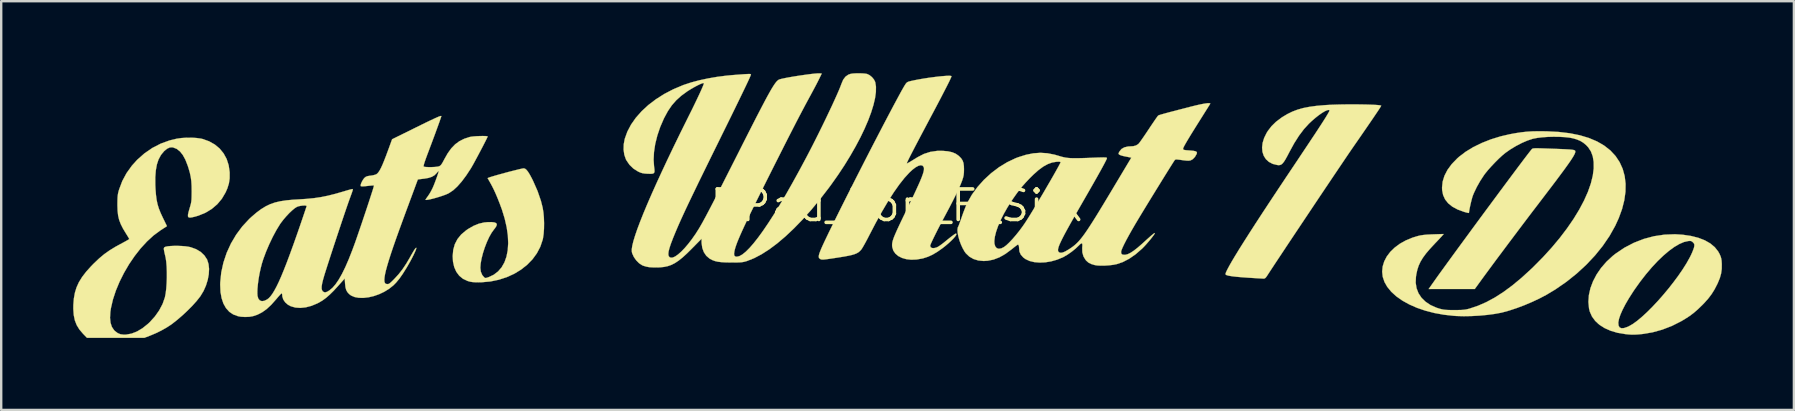
<source format=kicad_pcb>
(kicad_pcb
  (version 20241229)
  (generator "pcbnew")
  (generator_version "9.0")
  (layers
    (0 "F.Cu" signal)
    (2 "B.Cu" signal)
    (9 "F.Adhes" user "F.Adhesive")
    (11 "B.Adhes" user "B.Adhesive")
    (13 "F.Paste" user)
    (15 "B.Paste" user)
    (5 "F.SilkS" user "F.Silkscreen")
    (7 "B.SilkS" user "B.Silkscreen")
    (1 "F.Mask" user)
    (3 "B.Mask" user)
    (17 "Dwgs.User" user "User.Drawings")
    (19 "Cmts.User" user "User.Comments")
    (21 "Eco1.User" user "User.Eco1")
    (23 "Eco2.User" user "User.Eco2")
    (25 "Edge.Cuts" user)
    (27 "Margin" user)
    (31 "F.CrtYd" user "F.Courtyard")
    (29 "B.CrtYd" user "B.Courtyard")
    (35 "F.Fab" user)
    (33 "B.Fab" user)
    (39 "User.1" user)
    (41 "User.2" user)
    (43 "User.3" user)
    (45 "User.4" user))
  (footprint "PPad_Top_F_Silk"
    (layer "F.Cu")
    (at 34.341 5.515)
    (property "Reference" "PPad_Top_F_Silk" (at 0 0 0) (layer "F.SilkS") (effects (font (size 1.27 1.27) (thickness 0.15))))
    (attr through_hole)
    (fp_poly (pts (xy 26.702 -2.386) (xy 26.824 -2.383) (xy 26.983 -2.378) (xy 27.184 -2.371) (xy 27.297 -2.367) (xy 27.542 -2.358) (xy 27.74 -2.35) (xy 27.897 -2.342) (xy 28.018 -2.335) (xy 28.108 -2.327) (xy 28.171 -2.318) (xy 28.213 -2.307) (xy 28.238 -2.295) (xy 28.251 -2.281) (xy 28.253 -2.275) (xy 28.258 -2.248) (xy 28.252 -2.211) (xy 28.234 -2.162) (xy 28.203 -2.099) (xy 28.157 -2.02) (xy 28.095 -1.922) (xy 28.014 -1.803) (xy 27.914 -1.661) (xy 27.793 -1.494) (xy 27.649 -1.299) (xy 27.481 -1.074) (xy 27.287 -0.817) (xy 27.065 -0.526) (xy 26.815 -0.198) (xy 26.674 -0.013) (xy 26.504 0.209) (xy 26.315 0.458) (xy 26.112 0.726) (xy 25.899 1.008) (xy 25.682 1.297) (xy 25.463 1.588) (xy 25.248 1.876) (xy 25.041 2.152) (xy 24.847 2.413) (xy 24.671 2.652) (xy 24.516 2.862) (xy 24.387 3.038) (xy 24.384 3.042) (xy 24.067 3.479) (xy 23.106 3.479) (xy 22.145 3.48) (xy 22.292 3.27) (xy 22.387 3.136) (xy 22.504 2.971) (xy 22.642 2.779) (xy 22.799 2.563) (xy 22.972 2.325) (xy 23.158 2.069) (xy 23.357 1.797) (xy 23.565 1.513) (xy 23.781 1.219) (xy 24.001 0.919) (xy 24.225 0.615) (xy 24.449 0.311) (xy 24.673 0.009) (xy 24.892 -0.287) (xy 25.106 -0.576) (xy 25.312 -0.853) (xy 25.507 -1.115) (xy 25.691 -1.361) (xy 25.859 -1.586) (xy 26.011 -1.788) (xy 26.144 -1.964) (xy 26.256 -2.111) (xy 26.345 -2.226) (xy 26.408 -2.306) (xy 26.443 -2.347) (xy 26.443 -2.348) (xy 26.458 -2.361) (xy 26.476 -2.372) (xy 26.505 -2.379) (xy 26.548 -2.384) (xy 26.612 -2.386) (xy 26.702 -2.386)) (stroke (width 0.01) (type solid)) (fill yes) (layer "F.SilkS"))
    (fp_poly (pts (xy -15.51 -1.535) (xy -15.453 -1.49) (xy -15.389 -1.411) (xy -15.315 -1.293) (xy -15.229 -1.133) (xy -15.177 -1.029) (xy -14.99 -0.605) (xy -14.849 -0.195) (xy -14.778 0.085) (xy -14.746 0.278) (xy -14.726 0.498) (xy -14.718 0.731) (xy -14.721 0.963) (xy -14.736 1.18) (xy -14.763 1.367) (xy -14.777 1.428) (xy -14.875 1.719) (xy -15.018 1.99) (xy -15.201 2.241) (xy -15.422 2.468) (xy -15.676 2.669) (xy -15.959 2.842) (xy -16.268 2.983) (xy -16.6 3.091) (xy -16.95 3.164) (xy -17.314 3.197) (xy -17.447 3.2) (xy -17.594 3.197) (xy -17.707 3.189) (xy -17.801 3.173) (xy -17.891 3.148) (xy -17.909 3.142) (xy -18.097 3.053) (xy -18.252 2.926) (xy -18.374 2.763) (xy -18.462 2.566) (xy -18.513 2.339) (xy -18.526 2.108) (xy -18.503 1.847) (xy -18.437 1.611) (xy -18.327 1.399) (xy -18.172 1.208) (xy -17.97 1.037) (xy -17.885 0.978) (xy -17.655 0.846) (xy -17.436 0.757) (xy -17.216 0.706) (xy -17.069 0.692) (xy -16.904 0.69) (xy -16.786 0.704) (xy -16.714 0.734) (xy -16.687 0.782) (xy -16.703 0.851) (xy -16.761 0.942) (xy -16.804 0.995) (xy -16.905 1.135) (xy -17.006 1.314) (xy -17.102 1.522) (xy -17.189 1.747) (xy -17.264 1.978) (xy -17.322 2.204) (xy -17.36 2.413) (xy -17.374 2.593) (xy -17.354 2.757) (xy -17.296 2.895) (xy -17.222 2.984) (xy -17.188 3.011) (xy -17.156 3.021) (xy -17.11 3.012) (xy -17.035 2.987) (xy -16.821 2.888) (xy -16.639 2.75) (xy -16.488 2.577) (xy -16.37 2.37) (xy -16.285 2.131) (xy -16.232 1.864) (xy -16.213 1.569) (xy -16.227 1.25) (xy -16.276 0.907) (xy -16.359 0.544) (xy -16.476 0.162) (xy -16.569 -0.089) (xy -16.656 -0.308) (xy -16.733 -0.49) (xy -16.804 -0.647) (xy -16.875 -0.79) (xy -16.951 -0.931) (xy -16.967 -0.959) (xy -17.071 -1.143) (xy -17.008 -1.168) (xy -16.931 -1.194) (xy -16.819 -1.228) (xy -16.681 -1.268) (xy -16.523 -1.312) (xy -16.355 -1.358) (xy -16.184 -1.404) (xy -16.019 -1.446) (xy -15.867 -1.484) (xy -15.737 -1.516) (xy -15.637 -1.538) (xy -15.574 -1.549) (xy -15.563 -1.549) (xy -15.51 -1.535)) (stroke (width 0.01) (type solid)) (fill yes) (layer "F.SilkS"))
    (fp_poly (pts (xy 32.733 1.217) (xy 33.079 1.268) (xy 33.386 1.346) (xy 33.654 1.45) (xy 33.882 1.58) (xy 34.068 1.735) (xy 34.21 1.914) (xy 34.271 2.024) (xy 34.312 2.119) (xy 34.337 2.202) (xy 34.352 2.294) (xy 34.36 2.414) (xy 34.361 2.438) (xy 34.359 2.643) (xy 34.333 2.832) (xy 34.28 3.022) (xy 34.195 3.228) (xy 34.176 3.269) (xy 34.061 3.492) (xy 33.937 3.691) (xy 33.794 3.88) (xy 33.62 4.074) (xy 33.553 4.142) (xy 33.366 4.323) (xy 33.191 4.475) (xy 33.011 4.609) (xy 32.811 4.738) (xy 32.665 4.824) (xy 32.282 5.017) (xy 31.88 5.172) (xy 31.47 5.285) (xy 31.062 5.353) (xy 31.028 5.357) (xy 30.858 5.372) (xy 30.719 5.38) (xy 30.592 5.379) (xy 30.459 5.37) (xy 30.328 5.356) (xy 30.013 5.303) (xy 29.729 5.219) (xy 29.479 5.108) (xy 29.264 4.971) (xy 29.188 4.901) (xy 30.048 4.901) (xy 30.062 5.011) (xy 30.106 5.082) (xy 30.18 5.114) (xy 30.285 5.107) (xy 30.422 5.061) (xy 30.495 5.028) (xy 30.656 4.935) (xy 30.838 4.803) (xy 31.037 4.636) (xy 31.249 4.441) (xy 31.469 4.221) (xy 31.694 3.981) (xy 31.918 3.727) (xy 32.138 3.464) (xy 32.349 3.195) (xy 32.548 2.927) (xy 32.729 2.664) (xy 32.889 2.41) (xy 33.023 2.172) (xy 33.074 2.071) (xy 33.127 1.955) (xy 33.171 1.845) (xy 33.202 1.755) (xy 33.213 1.71) (xy 33.219 1.636) (xy 33.203 1.585) (xy 33.16 1.535) (xy 33.114 1.495) (xy 33.067 1.477) (xy 33 1.476) (xy 32.961 1.48) (xy 32.785 1.52) (xy 32.592 1.603) (xy 32.382 1.726) (xy 32.16 1.888) (xy 31.928 2.085) (xy 31.689 2.314) (xy 31.447 2.573) (xy 31.203 2.86) (xy 30.961 3.171) (xy 30.724 3.503) (xy 30.655 3.607) (xy 30.486 3.872) (xy 30.342 4.119) (xy 30.225 4.347) (xy 30.136 4.549) (xy 30.077 4.724) (xy 30.05 4.865) (xy 30.048 4.901) (xy 29.188 4.901) (xy 29.088 4.81) (xy 28.953 4.627) (xy 28.861 4.422) (xy 28.829 4.295) (xy 28.803 4.017) (xy 28.823 3.731) (xy 28.888 3.442) (xy 28.997 3.154) (xy 29.145 2.871) (xy 29.332 2.599) (xy 29.556 2.341) (xy 29.813 2.103) (xy 29.934 2.007) (xy 30.305 1.757) (xy 30.699 1.552) (xy 31.11 1.392) (xy 31.535 1.279) (xy 31.97 1.214) (xy 32.41 1.197) (xy 32.733 1.217)) (stroke (width 0.01) (type solid)) (fill yes) (layer "F.SilkS"))
    (fp_poly (pts (xy 19.183 -4.214) (xy 19.396 -4.211) (xy 19.594 -4.207) (xy 19.772 -4.201) (xy 19.924 -4.194) (xy 20.044 -4.185) (xy 20.126 -4.175) (xy 20.165 -4.163) (xy 20.168 -4.16) (xy 20.158 -4.139) (xy 20.129 -4.091) (xy 20.08 -4.014) (xy 20.009 -3.907) (xy 19.915 -3.768) (xy 19.798 -3.595) (xy 19.656 -3.388) (xy 19.488 -3.144) (xy 19.294 -2.862) (xy 19.071 -2.541) (xy 18.983 -2.413) (xy 18.905 -2.3) (xy 18.803 -2.151) (xy 18.679 -1.968) (xy 18.536 -1.755) (xy 18.375 -1.517) (xy 18.2 -1.257) (xy 18.013 -0.979) (xy 17.816 -0.686) (xy 17.612 -0.382) (xy 17.404 -0.071) (xy 17.194 0.244) (xy 16.984 0.558) (xy 16.777 0.868) (xy 16.575 1.17) (xy 16.381 1.461) (xy 16.198 1.736) (xy 16.028 1.993) (xy 15.873 2.226) (xy 15.735 2.434) (xy 15.619 2.611) (xy 15.525 2.754) (xy 15.456 2.86) (xy 15.445 2.877) (xy 15.388 2.963) (xy 15.347 3.014) (xy 15.311 3.038) (xy 15.272 3.045) (xy 15.256 3.045) (xy 15.207 3.042) (xy 15.116 3.037) (xy 14.993 3.03) (xy 14.846 3.021) (xy 14.684 3.011) (xy 14.65 3.009) (xy 14.369 2.989) (xy 14.138 2.969) (xy 13.956 2.948) (xy 13.822 2.926) (xy 13.735 2.904) (xy 13.713 2.894) (xy 13.684 2.874) (xy 13.679 2.846) (xy 13.697 2.793) (xy 13.704 2.774) (xy 13.757 2.663) (xy 13.838 2.511) (xy 13.948 2.318) (xy 14.086 2.087) (xy 14.252 1.816) (xy 14.446 1.508) (xy 14.666 1.162) (xy 14.913 0.779) (xy 15.186 0.36) (xy 15.485 -0.095) (xy 15.809 -0.584) (xy 16.158 -1.108) (xy 16.164 -1.118) (xy 16.411 -1.487) (xy 16.632 -1.817) (xy 16.827 -2.11) (xy 17 -2.369) (xy 17.151 -2.596) (xy 17.283 -2.795) (xy 17.398 -2.967) (xy 17.496 -3.116) (xy 17.58 -3.245) (xy 17.652 -3.355) (xy 17.713 -3.45) (xy 17.766 -3.532) (xy 17.811 -3.604) (xy 17.852 -3.669) (xy 17.876 -3.708) (xy 17.943 -3.82) (xy 17.986 -3.896) (xy 18.007 -3.943) (xy 18.01 -3.969) (xy 17.997 -3.981) (xy 17.986 -3.983) (xy 17.918 -3.973) (xy 17.822 -3.931) (xy 17.703 -3.86) (xy 17.568 -3.766) (xy 17.422 -3.651) (xy 17.272 -3.521) (xy 17.152 -3.408) (xy 16.945 -3.181) (xy 16.744 -2.914) (xy 16.545 -2.602) (xy 16.348 -2.242) (xy 16.345 -2.236) (xy 16.252 -2.058) (xy 16.176 -1.921) (xy 16.112 -1.821) (xy 16.056 -1.752) (xy 16.004 -1.709) (xy 15.95 -1.688) (xy 15.891 -1.683) (xy 15.839 -1.688) (xy 15.648 -1.735) (xy 15.489 -1.817) (xy 15.364 -1.931) (xy 15.274 -2.071) (xy 15.22 -2.234) (xy 15.204 -2.415) (xy 15.226 -2.61) (xy 15.289 -2.815) (xy 15.392 -3.025) (xy 15.444 -3.108) (xy 15.598 -3.308) (xy 15.78 -3.486) (xy 16 -3.654) (xy 16.056 -3.691) (xy 16.258 -3.812) (xy 16.464 -3.913) (xy 16.68 -3.995) (xy 16.915 -4.062) (xy 17.175 -4.113) (xy 17.468 -4.153) (xy 17.802 -4.182) (xy 17.92 -4.19) (xy 18.1 -4.199) (xy 18.3 -4.206) (xy 18.514 -4.211) (xy 18.737 -4.214) (xy 18.962 -4.215) (xy 19.183 -4.214)) (stroke (width 0.01) (type solid)) (fill yes) (layer "F.SilkS"))
    (fp_poly (pts (xy 27.018 -3.093) (xy 27.073 -3.092) (xy 27.573 -3.066) (xy 28.031 -3.011) (xy 28.448 -2.927) (xy 28.824 -2.814) (xy 29.16 -2.672) (xy 29.456 -2.501) (xy 29.711 -2.301) (xy 29.723 -2.29) (xy 29.936 -2.06) (xy 30.105 -1.805) (xy 30.231 -1.527) (xy 30.314 -1.228) (xy 30.352 -0.909) (xy 30.347 -0.573) (xy 30.298 -0.221) (xy 30.205 0.146) (xy 30.067 0.524) (xy 29.92 0.845) (xy 29.683 1.268) (xy 29.399 1.683) (xy 29.073 2.086) (xy 28.708 2.473) (xy 28.309 2.84) (xy 27.881 3.182) (xy 27.427 3.496) (xy 27.05 3.722) (xy 26.765 3.872) (xy 26.456 4.017) (xy 26.135 4.153) (xy 25.813 4.274) (xy 25.504 4.376) (xy 25.22 4.454) (xy 25.156 4.469) (xy 24.889 4.518) (xy 24.586 4.558) (xy 24.262 4.588) (xy 23.932 4.606) (xy 23.609 4.612) (xy 23.31 4.604) (xy 23.194 4.596) (xy 22.778 4.55) (xy 22.381 4.478) (xy 22.006 4.381) (xy 21.657 4.262) (xy 21.337 4.121) (xy 21.05 3.962) (xy 20.798 3.785) (xy 20.587 3.593) (xy 20.418 3.386) (xy 20.305 3.188) (xy 20.232 2.972) (xy 20.208 2.755) (xy 20.229 2.539) (xy 20.294 2.328) (xy 20.4 2.124) (xy 20.545 1.932) (xy 20.727 1.755) (xy 20.943 1.594) (xy 21.191 1.455) (xy 21.469 1.339) (xy 21.694 1.271) (xy 21.802 1.246) (xy 21.92 1.228) (xy 22.059 1.214) (xy 22.23 1.205) (xy 22.339 1.201) (xy 22.771 1.187) (xy 22.72 1.248) (xy 22.686 1.287) (xy 22.623 1.354) (xy 22.54 1.443) (xy 22.444 1.544) (xy 22.39 1.6) (xy 22.194 1.812) (xy 22.033 2.001) (xy 21.906 2.174) (xy 21.806 2.339) (xy 21.73 2.503) (xy 21.674 2.673) (xy 21.633 2.857) (xy 21.616 2.971) (xy 21.605 3.217) (xy 21.641 3.446) (xy 21.722 3.656) (xy 21.847 3.844) (xy 22.015 4.008) (xy 22.222 4.147) (xy 22.469 4.257) (xy 22.594 4.298) (xy 22.679 4.32) (xy 22.76 4.336) (xy 22.847 4.347) (xy 22.953 4.353) (xy 23.089 4.356) (xy 23.216 4.356) (xy 23.381 4.355) (xy 23.509 4.352) (xy 23.609 4.344) (xy 23.695 4.332) (xy 23.778 4.314) (xy 23.851 4.295) (xy 24.199 4.178) (xy 24.549 4.025) (xy 24.903 3.834) (xy 25.264 3.602) (xy 25.635 3.328) (xy 26.017 3.011) (xy 26.414 2.648) (xy 26.519 2.547) (xy 26.911 2.151) (xy 27.276 1.75) (xy 27.611 1.349) (xy 27.914 0.95) (xy 28.185 0.556) (xy 28.421 0.169) (xy 28.621 -0.208) (xy 28.783 -0.571) (xy 28.905 -0.919) (xy 28.986 -1.248) (xy 29.024 -1.549) (xy 29.022 -1.816) (xy 28.984 -2.049) (xy 28.909 -2.252) (xy 28.795 -2.426) (xy 28.705 -2.522) (xy 28.586 -2.62) (xy 28.461 -2.696) (xy 28.314 -2.756) (xy 28.173 -2.798) (xy 28.013 -2.83) (xy 27.816 -2.851) (xy 27.592 -2.863) (xy 27.354 -2.866) (xy 27.114 -2.86) (xy 26.883 -2.844) (xy 26.674 -2.819) (xy 26.498 -2.785) (xy 26.482 -2.781) (xy 26.266 -2.71) (xy 26.029 -2.608) (xy 25.785 -2.481) (xy 25.545 -2.336) (xy 25.34 -2.192) (xy 25.212 -2.086) (xy 25.065 -1.95) (xy 24.91 -1.795) (xy 24.756 -1.632) (xy 24.614 -1.473) (xy 24.496 -1.327) (xy 24.454 -1.27) (xy 24.295 -1.027) (xy 24.151 -0.773) (xy 24.032 -0.524) (xy 23.987 -0.413) (xy 23.961 -0.335) (xy 23.932 -0.226) (xy 23.901 -0.101) (xy 23.872 0.029) (xy 23.848 0.149) (xy 23.831 0.247) (xy 23.825 0.307) (xy 23.803 0.309) (xy 23.743 0.297) (xy 23.657 0.274) (xy 23.616 0.262) (xy 23.351 0.165) (xy 23.133 0.047) (xy 22.96 -0.092) (xy 22.832 -0.253) (xy 22.748 -0.436) (xy 22.707 -0.643) (xy 22.703 -0.749) (xy 22.729 -0.999) (xy 22.806 -1.246) (xy 22.932 -1.489) (xy 23.108 -1.728) (xy 23.333 -1.961) (xy 23.413 -2.032) (xy 23.687 -2.241) (xy 24.004 -2.434) (xy 24.356 -2.606) (xy 24.738 -2.757) (xy 25.142 -2.882) (xy 25.52 -2.97) (xy 25.775 -3.017) (xy 26.009 -3.052) (xy 26.237 -3.077) (xy 26.472 -3.091) (xy 26.728 -3.096) (xy 27.018 -3.093)) (stroke (width 0.01) (type solid)) (fill yes) (layer "F.SilkS"))
    (fp_poly (pts (xy -29.197 -2.814) (xy -29.017 -2.789) (xy -28.948 -2.773) (xy -28.676 -2.676) (xy -28.438 -2.541) (xy -28.236 -2.373) (xy -28.072 -2.171) (xy -27.946 -1.94) (xy -27.862 -1.68) (xy -27.821 -1.394) (xy -27.82 -1.359) (xy -27.821 -1.129) (xy -27.852 -0.921) (xy -27.916 -0.715) (xy -27.99 -0.546) (xy -28.145 -0.283) (xy -28.338 -0.053) (xy -28.567 0.142) (xy -28.829 0.301) (xy -29.122 0.421) (xy -29.262 0.462) (xy -29.386 0.491) (xy -29.474 0.503) (xy -29.53 0.493) (xy -29.557 0.455) (xy -29.558 0.385) (xy -29.535 0.277) (xy -29.493 0.127) (xy -29.485 0.102) (xy -29.455 -0.002) (xy -29.433 -0.088) (xy -29.419 -0.168) (xy -29.41 -0.257) (xy -29.406 -0.365) (xy -29.404 -0.506) (xy -29.403 -0.584) (xy -29.406 -0.816) (xy -29.418 -1.013) (xy -29.442 -1.193) (xy -29.481 -1.372) (xy -29.537 -1.565) (xy -29.568 -1.66) (xy -29.664 -1.907) (xy -29.772 -2.105) (xy -29.893 -2.256) (xy -30.027 -2.361) (xy -30.176 -2.42) (xy -30.204 -2.426) (xy -30.313 -2.421) (xy -30.428 -2.368) (xy -30.546 -2.272) (xy -30.662 -2.134) (xy -30.694 -2.087) (xy -30.786 -1.915) (xy -30.854 -1.708) (xy -30.898 -1.465) (xy -30.92 -1.181) (xy -30.919 -0.856) (xy -30.911 -0.691) (xy -30.892 -0.448) (xy -30.865 -0.24) (xy -30.826 -0.054) (xy -30.771 0.125) (xy -30.697 0.311) (xy -30.608 0.502) (xy -30.434 0.859) (xy -30.717 1.043) (xy -30.995 1.249) (xy -31.267 1.499) (xy -31.531 1.786) (xy -31.78 2.104) (xy -32.013 2.446) (xy -32.223 2.805) (xy -32.408 3.174) (xy -32.563 3.546) (xy -32.685 3.916) (xy -32.768 4.276) (xy -32.792 4.435) (xy -32.806 4.678) (xy -32.785 4.885) (xy -32.729 5.057) (xy -32.636 5.195) (xy -32.604 5.227) (xy -32.489 5.315) (xy -32.369 5.365) (xy -32.228 5.382) (xy -32.134 5.379) (xy -31.91 5.338) (xy -31.681 5.249) (xy -31.453 5.113) (xy -31.227 4.932) (xy -31.154 4.864) (xy -30.937 4.625) (xy -30.756 4.368) (xy -30.616 4.103) (xy -30.522 3.836) (xy -30.519 3.826) (xy -30.488 3.665) (xy -30.463 3.467) (xy -30.447 3.244) (xy -30.438 3.008) (xy -30.438 2.771) (xy -30.446 2.546) (xy -30.463 2.342) (xy -30.488 2.174) (xy -30.497 2.134) (xy -30.53 1.993) (xy -30.551 1.894) (xy -30.562 1.827) (xy -30.562 1.784) (xy -30.554 1.757) (xy -30.541 1.741) (xy -30.49 1.717) (xy -30.399 1.699) (xy -30.276 1.687) (xy -30.132 1.681) (xy -29.976 1.681) (xy -29.817 1.687) (xy -29.666 1.699) (xy -29.532 1.718) (xy -29.442 1.738) (xy -29.216 1.82) (xy -29.026 1.934) (xy -28.875 2.077) (xy -28.764 2.245) (xy -28.757 2.26) (xy -28.701 2.437) (xy -28.679 2.64) (xy -28.691 2.862) (xy -28.734 3.095) (xy -28.806 3.329) (xy -28.906 3.556) (xy -29.033 3.768) (xy -29.054 3.797) (xy -29.197 3.978) (xy -29.374 4.175) (xy -29.575 4.378) (xy -29.79 4.579) (xy -30.01 4.768) (xy -30.224 4.936) (xy -30.272 4.97) (xy -30.452 5.087) (xy -30.665 5.207) (xy -30.893 5.319) (xy -31.118 5.414) (xy -31.136 5.421) (xy -31.373 5.512) (xy -33.767 5.512) (xy -33.934 5.34) (xy -34.082 5.166) (xy -34.194 4.984) (xy -34.272 4.785) (xy -34.318 4.562) (xy -34.336 4.306) (xy -34.334 4.14) (xy -34.313 3.876) (xy -34.27 3.635) (xy -34.201 3.41) (xy -34.102 3.193) (xy -33.969 2.978) (xy -33.8 2.758) (xy -33.59 2.525) (xy -33.479 2.412) (xy -33.261 2.205) (xy -33.048 2.027) (xy -32.825 1.869) (xy -32.578 1.718) (xy -32.384 1.612) (xy -32.259 1.545) (xy -32.151 1.486) (xy -32.068 1.438) (xy -32.017 1.407) (xy -32.004 1.397) (xy -32.017 1.37) (xy -32.051 1.311) (xy -32.102 1.228) (xy -32.144 1.161) (xy -32.268 0.955) (xy -32.36 0.772) (xy -32.426 0.598) (xy -32.468 0.42) (xy -32.49 0.224) (xy -32.498 -0.004) (xy -32.498 -0.051) (xy -32.496 -0.209) (xy -32.492 -0.328) (xy -32.484 -0.423) (xy -32.471 -0.506) (xy -32.451 -0.589) (xy -32.426 -0.673) (xy -32.294 -1.024) (xy -32.117 -1.352) (xy -31.895 -1.661) (xy -31.674 -1.906) (xy -31.372 -2.173) (xy -31.045 -2.398) (xy -30.693 -2.579) (xy -30.321 -2.714) (xy -30.03 -2.784) (xy -29.835 -2.812) (xy -29.622 -2.826) (xy -29.404 -2.827) (xy -29.197 -2.814)) (stroke (width 0.01) (type solid)) (fill yes) (layer "F.SilkS"))
    (fp_poly (pts (xy 2.211 -5.405) (xy 2.255 -5.396) (xy 2.261 -5.388) (xy 2.248 -5.35) (xy 2.212 -5.268) (xy 2.152 -5.143) (xy 2.068 -4.976) (xy 1.961 -4.768) (xy 1.832 -4.518) (xy 1.68 -4.228) (xy 1.506 -3.899) (xy 1.39 -3.681) (xy 1.197 -3.317) (xy 1.027 -2.996) (xy 0.879 -2.716) (xy 0.753 -2.476) (xy 0.648 -2.273) (xy 0.562 -2.107) (xy 0.495 -1.974) (xy 0.447 -1.874) (xy 0.415 -1.805) (xy 0.4 -1.765) (xy 0.399 -1.753) (xy 0.431 -1.765) (xy 0.492 -1.798) (xy 0.56 -1.838) (xy 0.66 -1.899) (xy 0.774 -1.969) (xy 0.849 -2.015) (xy 1.107 -2.149) (xy 1.374 -2.235) (xy 1.657 -2.277) (xy 1.892 -2.279) (xy 2.11 -2.26) (xy 2.288 -2.221) (xy 2.435 -2.16) (xy 2.559 -2.073) (xy 2.571 -2.062) (xy 2.662 -1.97) (xy 2.723 -1.877) (xy 2.76 -1.772) (xy 2.777 -1.641) (xy 2.781 -1.511) (xy 2.778 -1.375) (xy 2.767 -1.267) (xy 2.745 -1.167) (xy 2.709 -1.055) (xy 2.709 -1.054) (xy 2.649 -0.899) (xy 2.564 -0.704) (xy 2.455 -0.473) (xy 2.324 -0.21) (xy 2.173 0.082) (xy 2.009 0.39) (xy 1.895 0.603) (xy 1.786 0.81) (xy 1.684 1.007) (xy 1.593 1.188) (xy 1.514 1.348) (xy 1.45 1.483) (xy 1.403 1.587) (xy 1.377 1.655) (xy 1.372 1.677) (xy 1.392 1.737) (xy 1.448 1.77) (xy 1.529 1.775) (xy 1.628 1.752) (xy 1.689 1.724) (xy 1.757 1.682) (xy 1.846 1.619) (xy 1.941 1.546) (xy 1.964 1.527) (xy 2.104 1.413) (xy 2.226 1.316) (xy 2.326 1.241) (xy 2.398 1.19) (xy 2.438 1.169) (xy 2.441 1.168) (xy 2.467 1.183) (xy 2.457 1.225) (xy 2.415 1.289) (xy 2.344 1.371) (xy 2.25 1.467) (xy 2.137 1.572) (xy 2.007 1.682) (xy 1.881 1.781) (xy 1.667 1.931) (xy 1.472 2.047) (xy 1.284 2.133) (xy 1.092 2.196) (xy 1.041 2.209) (xy 0.805 2.249) (xy 0.582 2.258) (xy 0.378 2.235) (xy 0.197 2.183) (xy 0.043 2.105) (xy -0.079 2.002) (xy -0.165 1.876) (xy -0.209 1.73) (xy -0.215 1.654) (xy -0.213 1.6) (xy -0.205 1.542) (xy -0.19 1.475) (xy -0.165 1.396) (xy -0.13 1.3) (xy -0.081 1.183) (xy -0.018 1.041) (xy 0.061 0.87) (xy 0.158 0.664) (xy 0.275 0.421) (xy 0.375 0.216) (xy 0.532 -0.109) (xy 0.667 -0.391) (xy 0.781 -0.635) (xy 0.876 -0.843) (xy 0.954 -1.018) (xy 1.014 -1.165) (xy 1.059 -1.286) (xy 1.09 -1.384) (xy 1.108 -1.463) (xy 1.114 -1.525) (xy 1.11 -1.574) (xy 1.098 -1.61) (xy 1.05 -1.665) (xy 0.976 -1.68) (xy 0.879 -1.655) (xy 0.764 -1.592) (xy 0.633 -1.492) (xy 0.506 -1.374) (xy 0.3 -1.149) (xy 0.083 -0.874) (xy -0.145 -0.551) (xy -0.383 -0.178) (xy -0.632 0.244) (xy -0.893 0.715) (xy -1.156 1.219) (xy -1.236 1.375) (xy -1.314 1.521) (xy -1.385 1.649) (xy -1.444 1.751) (xy -1.487 1.819) (xy -1.5 1.836) (xy -1.555 1.896) (xy -1.615 1.947) (xy -1.687 1.989) (xy -1.776 2.026) (xy -1.889 2.06) (xy -2.033 2.092) (xy -2.213 2.126) (xy -2.437 2.162) (xy -2.48 2.169) (xy -2.682 2.2) (xy -2.839 2.223) (xy -2.959 2.239) (xy -3.047 2.249) (xy -3.111 2.252) (xy -3.155 2.249) (xy -3.186 2.241) (xy -3.211 2.228) (xy -3.222 2.221) (xy -3.261 2.185) (xy -3.272 2.14) (xy -3.266 2.077) (xy -3.255 2.03) (xy -3.235 1.967) (xy -3.203 1.885) (xy -3.16 1.781) (xy -3.103 1.653) (xy -3.031 1.498) (xy -2.943 1.314) (xy -2.838 1.096) (xy -2.714 0.844) (xy -2.571 0.554) (xy -2.407 0.223) (xy -2.27 -0.051) (xy -2.096 -0.398) (xy -1.915 -0.755) (xy -1.731 -1.119) (xy -1.544 -1.486) (xy -1.357 -1.852) (xy -1.171 -2.215) (xy -0.987 -2.571) (xy -0.808 -2.916) (xy -0.636 -3.247) (xy -0.471 -3.562) (xy -0.317 -3.855) (xy -0.174 -4.125) (xy -0.044 -4.367) (xy 0.07 -4.579) (xy 0.167 -4.757) (xy 0.246 -4.897) (xy 0.304 -4.996) (xy 0.319 -5.02) (xy 0.365 -5.089) (xy 0.407 -5.132) (xy 0.459 -5.159) (xy 0.54 -5.182) (xy 0.575 -5.19) (xy 0.741 -5.226) (xy 0.922 -5.26) (xy 1.114 -5.293) (xy 1.31 -5.323) (xy 1.504 -5.349) (xy 1.688 -5.372) (xy 1.858 -5.389) (xy 2.005 -5.401) (xy 2.125 -5.407) (xy 2.211 -5.405)) (stroke (width 0.01) (type solid)) (fill yes) (layer "F.SilkS"))
    (fp_poly (pts (xy -1.456 -5.507) (xy -1.339 -5.497) (xy -1.257 -5.483) (xy -1.155 -5.434) (xy -1.054 -5.352) (xy -0.97 -5.251) (xy -0.919 -5.149) (xy -0.917 -5.143) (xy -0.887 -4.954) (xy -0.89 -4.731) (xy -0.925 -4.477) (xy -0.991 -4.194) (xy -1.086 -3.887) (xy -1.209 -3.557) (xy -1.359 -3.208) (xy -1.534 -2.843) (xy -1.734 -2.465) (xy -1.956 -2.077) (xy -2.199 -1.681) (xy -2.463 -1.282) (xy -2.746 -0.881) (xy -2.862 -0.724) (xy -3.226 -0.253) (xy -3.589 0.185) (xy -3.95 0.588) (xy -4.307 0.955) (xy -4.657 1.285) (xy -4.999 1.575) (xy -5.332 1.824) (xy -5.653 2.03) (xy -5.96 2.192) (xy -6.252 2.308) (xy -6.275 2.316) (xy -6.349 2.337) (xy -6.418 2.353) (xy -6.493 2.364) (xy -6.583 2.37) (xy -6.7 2.373) (xy -6.853 2.374) (xy -6.921 2.374) (xy -7.145 2.37) (xy -7.326 2.36) (xy -7.473 2.342) (xy -7.596 2.314) (xy -7.703 2.274) (xy -7.803 2.222) (xy -7.827 2.207) (xy -7.959 2.093) (xy -8.059 1.944) (xy -8.125 1.766) (xy -8.153 1.564) (xy -8.154 1.526) (xy -8.154 1.384) (xy -8.557 1.793) (xy -8.763 1.997) (xy -8.945 2.163) (xy -9.11 2.295) (xy -9.263 2.397) (xy -9.411 2.473) (xy -9.56 2.525) (xy -9.716 2.558) (xy -9.886 2.576) (xy -9.94 2.578) (xy -10.072 2.58) (xy -10.206 2.577) (xy -10.32 2.57) (xy -10.359 2.565) (xy -10.466 2.544) (xy -10.572 2.512) (xy -10.63 2.489) (xy -10.759 2.404) (xy -10.878 2.284) (xy -10.977 2.143) (xy -11.044 1.996) (xy -11.061 1.929) (xy -11.064 1.825) (xy -11.042 1.677) (xy -10.996 1.487) (xy -10.926 1.257) (xy -10.834 0.988) (xy -10.718 0.68) (xy -10.581 0.335) (xy -10.422 -0.046) (xy -10.242 -0.461) (xy -10.041 -0.91) (xy -9.82 -1.391) (xy -9.58 -1.904) (xy -9.32 -2.447) (xy -9.042 -3.018) (xy -8.745 -3.617) (xy -8.671 -3.766) (xy -8.547 -4.014) (xy -8.434 -4.247) (xy -8.332 -4.459) (xy -8.243 -4.648) (xy -8.169 -4.81) (xy -8.113 -4.939) (xy -8.075 -5.033) (xy -8.058 -5.088) (xy -8.057 -5.098) (xy -8.082 -5.105) (xy -8.142 -5.088) (xy -8.231 -5.051) (xy -8.341 -4.997) (xy -8.466 -4.93) (xy -8.598 -4.853) (xy -8.731 -4.771) (xy -8.753 -4.756) (xy -9 -4.576) (xy -9.211 -4.386) (xy -9.395 -4.175) (xy -9.559 -3.934) (xy -9.712 -3.652) (xy -9.728 -3.619) (xy -9.879 -3.27) (xy -9.999 -2.916) (xy -10.086 -2.566) (xy -10.137 -2.227) (xy -10.153 -1.906) (xy -10.135 -1.64) (xy -10.119 -1.507) (xy -10.116 -1.416) (xy -10.134 -1.36) (xy -10.179 -1.331) (xy -10.258 -1.322) (xy -10.376 -1.324) (xy -10.403 -1.325) (xy -10.527 -1.333) (xy -10.62 -1.348) (xy -10.702 -1.373) (xy -10.794 -1.414) (xy -10.804 -1.419) (xy -10.995 -1.54) (xy -11.159 -1.699) (xy -11.288 -1.887) (xy -11.309 -1.928) (xy -11.374 -2.116) (xy -11.404 -2.328) (xy -11.398 -2.553) (xy -11.356 -2.777) (xy -11.356 -2.778) (xy -11.248 -3.079) (xy -11.093 -3.373) (xy -10.893 -3.658) (xy -10.651 -3.931) (xy -10.372 -4.189) (xy -10.056 -4.429) (xy -9.709 -4.649) (xy -9.333 -4.845) (xy -8.93 -5.015) (xy -8.89 -5.03) (xy -8.589 -5.129) (xy -8.25 -5.219) (xy -7.884 -5.297) (xy -7.503 -5.363) (xy -7.119 -5.412) (xy -6.896 -5.433) (xy -6.672 -5.451) (xy -6.494 -5.464) (xy -6.357 -5.474) (xy -6.254 -5.479) (xy -6.182 -5.482) (xy -6.136 -5.48) (xy -6.109 -5.476) (xy -6.098 -5.469) (xy -6.096 -5.463) (xy -6.103 -5.438) (xy -6.124 -5.386) (xy -6.16 -5.305) (xy -6.211 -5.193) (xy -6.279 -5.049) (xy -6.364 -4.871) (xy -6.467 -4.658) (xy -6.588 -4.408) (xy -6.728 -4.121) (xy -6.888 -3.793) (xy -7.069 -3.425) (xy -7.272 -3.014) (xy -7.461 -2.629) (xy -7.696 -2.153) (xy -7.909 -1.719) (xy -8.102 -1.325) (xy -8.277 -0.968) (xy -8.433 -0.644) (xy -8.574 -0.352) (xy -8.701 -0.087) (xy -8.814 0.152) (xy -8.915 0.37) (xy -9.005 0.567) (xy -9.087 0.749) (xy -9.16 0.917) (xy -9.227 1.074) (xy -9.289 1.223) (xy -9.348 1.368) (xy -9.354 1.384) (xy -9.437 1.602) (xy -9.495 1.779) (xy -9.53 1.918) (xy -9.54 2.024) (xy -9.528 2.099) (xy -9.493 2.148) (xy -9.44 2.173) (xy -9.358 2.169) (xy -9.256 2.124) (xy -9.137 2.041) (xy -9.004 1.924) (xy -8.862 1.777) (xy -8.713 1.603) (xy -8.561 1.406) (xy -8.409 1.19) (xy -8.274 0.978) (xy -8.227 0.899) (xy -8.177 0.812) (xy -8.121 0.714) (xy -8.06 0.602) (xy -7.99 0.474) (xy -7.912 0.326) (xy -7.823 0.157) (xy -7.722 -0.037) (xy -7.608 -0.258) (xy -7.479 -0.51) (xy -7.334 -0.793) (xy -7.172 -1.113) (xy -6.991 -1.47) (xy -6.789 -1.868) (xy -6.629 -2.184) (xy -6.412 -2.615) (xy -6.215 -3.002) (xy -6.039 -3.348) (xy -5.882 -3.656) (xy -5.741 -3.928) (xy -5.617 -4.166) (xy -5.508 -4.373) (xy -5.412 -4.551) (xy -5.328 -4.702) (xy -5.256 -4.83) (xy -5.192 -4.935) (xy -5.137 -5.021) (xy -5.089 -5.09) (xy -5.047 -5.145) (xy -5.009 -5.187) (xy -4.973 -5.219) (xy -4.941 -5.242) (xy -4.893 -5.261) (xy -4.802 -5.284) (xy -4.676 -5.311) (xy -4.523 -5.34) (xy -4.35 -5.37) (xy -4.166 -5.4) (xy -3.978 -5.428) (xy -3.794 -5.454) (xy -3.621 -5.477) (xy -3.469 -5.494) (xy -3.343 -5.505) (xy -3.253 -5.508) (xy -3.223 -5.507) (xy -3.147 -5.499) (xy -3.261 -5.267) (xy -3.312 -5.165) (xy -3.38 -5.033) (xy -3.46 -4.882) (xy -3.544 -4.725) (xy -3.601 -4.619) (xy -3.713 -4.413) (xy -3.828 -4.2) (xy -3.947 -3.975) (xy -4.073 -3.736) (xy -4.207 -3.479) (xy -4.351 -3.198) (xy -4.509 -2.89) (xy -4.681 -2.552) (xy -4.869 -2.179) (xy -5.077 -1.768) (xy -5.244 -1.435) (xy -5.467 -0.991) (xy -5.667 -0.59) (xy -5.847 -0.228) (xy -6.006 0.095) (xy -6.147 0.384) (xy -6.271 0.641) (xy -6.378 0.867) (xy -6.469 1.066) (xy -6.547 1.24) (xy -6.612 1.392) (xy -6.666 1.524) (xy -6.708 1.638) (xy -6.742 1.738) (xy -6.767 1.825) (xy -6.785 1.902) (xy -6.8 2.013) (xy -6.79 2.085) (xy -6.75 2.123) (xy -6.687 2.134) (xy -6.581 2.11) (xy -6.457 2.041) (xy -6.315 1.927) (xy -6.156 1.769) (xy -5.981 1.568) (xy -5.79 1.325) (xy -5.585 1.042) (xy -5.366 0.719) (xy -5.133 0.358) (xy -4.888 -0.04) (xy -4.631 -0.475) (xy -4.364 -0.946) (xy -4.086 -1.45) (xy -3.798 -1.987) (xy -3.672 -2.228) (xy -3.532 -2.499) (xy -3.39 -2.78) (xy -3.247 -3.067) (xy -3.105 -3.355) (xy -2.968 -3.638) (xy -2.838 -3.912) (xy -2.716 -4.17) (xy -2.606 -4.41) (xy -2.51 -4.624) (xy -2.429 -4.809) (xy -2.368 -4.959) (xy -2.327 -5.069) (xy -2.326 -5.072) (xy -2.253 -5.243) (xy -2.158 -5.369) (xy -2.04 -5.453) (xy -1.941 -5.487) (xy -1.85 -5.501) (xy -1.728 -5.508) (xy -1.591 -5.51) (xy -1.456 -5.507)) (stroke (width 0.01) (type solid)) (fill yes) (layer "F.SilkS"))
    (fp_poly (pts (xy 13.042 -4.256) (xy 13.042 -4.239) (xy 13.023 -4.209) (xy 12.981 -4.142) (xy 12.92 -4.044) (xy 12.842 -3.921) (xy 12.753 -3.779) (xy 12.66 -3.631) (xy 12.497 -3.372) (xy 12.359 -3.151) (xy 12.244 -2.966) (xy 12.151 -2.813) (xy 12.076 -2.687) (xy 12.017 -2.586) (xy 11.972 -2.505) (xy 11.951 -2.465) (xy 11.921 -2.403) (xy 11.91 -2.36) (xy 11.923 -2.332) (xy 11.968 -2.315) (xy 12.049 -2.304) (xy 12.174 -2.295) (xy 12.199 -2.293) (xy 12.334 -2.281) (xy 12.425 -2.263) (xy 12.475 -2.236) (xy 12.49 -2.199) (xy 12.476 -2.147) (xy 12.476 -2.147) (xy 12.405 -2.025) (xy 12.318 -1.933) (xy 12.226 -1.882) (xy 12.222 -1.88) (xy 12.153 -1.87) (xy 12.059 -1.871) (xy 11.93 -1.885) (xy 11.865 -1.894) (xy 11.742 -1.911) (xy 11.659 -1.919) (xy 11.608 -1.918) (xy 11.578 -1.908) (xy 11.569 -1.9) (xy 11.548 -1.87) (xy 11.503 -1.802) (xy 11.438 -1.699) (xy 11.354 -1.566) (xy 11.255 -1.408) (xy 11.144 -1.229) (xy 11.023 -1.034) (xy 10.896 -0.827) (xy 10.764 -0.614) (xy 10.631 -0.397) (xy 10.499 -0.183) (xy 10.372 0.025) (xy 10.252 0.222) (xy 10.142 0.403) (xy 10.045 0.564) (xy 9.963 0.701) (xy 9.923 0.768) (xy 9.78 1.014) (xy 9.653 1.239) (xy 9.544 1.44) (xy 9.455 1.613) (xy 9.389 1.753) (xy 9.346 1.858) (xy 9.33 1.913) (xy 9.332 1.992) (xy 9.369 2.038) (xy 9.446 2.054) (xy 9.514 2.051) (xy 9.609 2.026) (xy 9.723 1.97) (xy 9.858 1.881) (xy 10.017 1.757) (xy 10.203 1.596) (xy 10.258 1.546) (xy 10.405 1.412) (xy 10.52 1.309) (xy 10.605 1.235) (xy 10.666 1.185) (xy 10.705 1.157) (xy 10.727 1.147) (xy 10.733 1.149) (xy 10.725 1.175) (xy 10.689 1.231) (xy 10.631 1.309) (xy 10.557 1.403) (xy 10.472 1.504) (xy 10.384 1.606) (xy 10.297 1.701) (xy 10.219 1.781) (xy 10.208 1.792) (xy 9.935 2.03) (xy 9.666 2.217) (xy 9.399 2.356) (xy 9.154 2.44) (xy 9.006 2.47) (xy 8.834 2.491) (xy 8.653 2.503) (xy 8.479 2.505) (xy 8.326 2.497) (xy 8.23 2.481) (xy 8.08 2.436) (xy 7.966 2.377) (xy 7.873 2.294) (xy 7.85 2.267) (xy 7.761 2.121) (xy 7.713 1.95) (xy 7.708 1.759) (xy 7.71 1.739) (xy 7.716 1.638) (xy 7.705 1.584) (xy 7.674 1.576) (xy 7.621 1.612) (xy 7.566 1.666) (xy 7.428 1.797) (xy 7.264 1.929) (xy 7.091 2.049) (xy 6.927 2.145) (xy 6.901 2.158) (xy 6.659 2.257) (xy 6.412 2.327) (xy 6.167 2.367) (xy 5.931 2.377) (xy 5.71 2.358) (xy 5.512 2.31) (xy 5.344 2.231) (xy 5.25 2.162) (xy 5.148 2.046) (xy 5.093 1.921) (xy 5.08 1.806) (xy 5.073 1.708) (xy 5.055 1.645) (xy 5.029 1.626) (xy 5.003 1.641) (xy 4.946 1.682) (xy 4.866 1.744) (xy 4.771 1.82) (xy 4.759 1.83) (xy 4.505 2.017) (xy 4.259 2.157) (xy 4.016 2.251) (xy 3.772 2.301) (xy 3.601 2.311) (xy 3.378 2.29) (xy 3.177 2.228) (xy 3.002 2.127) (xy 2.859 1.991) (xy 2.805 1.917) (xy 2.723 1.772) (xy 2.651 1.614) (xy 2.602 1.479) (xy 4.045 1.479) (xy 4.051 1.595) (xy 4.086 1.706) (xy 4.147 1.776) (xy 4.233 1.803) (xy 4.338 1.785) (xy 4.446 1.731) (xy 4.547 1.654) (xy 4.668 1.54) (xy 4.803 1.397) (xy 4.945 1.232) (xy 5.089 1.053) (xy 5.228 0.865) (xy 5.307 0.751) (xy 5.376 0.646) (xy 5.461 0.512) (xy 5.56 0.352) (xy 5.669 0.173) (xy 5.786 -0.021) (xy 5.909 -0.226) (xy 6.034 -0.436) (xy 6.158 -0.647) (xy 6.279 -0.855) (xy 6.395 -1.054) (xy 6.501 -1.239) (xy 6.596 -1.407) (xy 6.677 -1.552) (xy 6.741 -1.669) (xy 6.785 -1.754) (xy 6.806 -1.802) (xy 6.807 -1.809) (xy 6.783 -1.823) (xy 6.711 -1.827) (xy 6.632 -1.823) (xy 6.454 -1.793) (xy 6.273 -1.727) (xy 6.086 -1.624) (xy 5.888 -1.479) (xy 5.677 -1.292) (xy 5.535 -1.152) (xy 5.366 -0.974) (xy 5.221 -0.812) (xy 5.089 -0.65) (xy 4.959 -0.476) (xy 4.819 -0.276) (xy 4.766 -0.197) (xy 4.592 0.079) (xy 4.438 0.35) (xy 4.306 0.613) (xy 4.199 0.863) (xy 4.119 1.094) (xy 4.067 1.301) (xy 4.045 1.479) (xy 2.602 1.479) (xy 2.592 1.45) (xy 2.547 1.29) (xy 2.518 1.143) (xy 2.509 1.016) (xy 2.521 0.92) (xy 2.542 0.876) (xy 2.557 0.844) (xy 2.584 0.772) (xy 2.621 0.671) (xy 2.665 0.547) (xy 2.692 0.469) (xy 2.745 0.318) (xy 2.803 0.165) (xy 2.859 0.025) (xy 2.907 -0.087) (xy 2.92 -0.114) (xy 3.109 -0.448) (xy 3.342 -0.769) (xy 3.612 -1.071) (xy 3.913 -1.348) (xy 4.238 -1.595) (xy 4.58 -1.804) (xy 4.933 -1.972) (xy 5.047 -2.015) (xy 5.37 -2.116) (xy 5.672 -2.176) (xy 5.963 -2.197) (xy 6.253 -2.179) (xy 6.551 -2.121) (xy 6.738 -2.067) (xy 6.835 -2.038) (xy 6.925 -2.015) (xy 7.016 -1.997) (xy 7.114 -1.984) (xy 7.225 -1.975) (xy 7.355 -1.972) (xy 7.511 -1.972) (xy 7.7 -1.976) (xy 7.928 -1.983) (xy 8.147 -1.992) (xy 8.335 -1.999) (xy 8.479 -2.003) (xy 8.584 -2.005) (xy 8.656 -2.004) (xy 8.701 -2) (xy 8.726 -1.993) (xy 8.736 -1.982) (xy 8.738 -1.972) (xy 8.727 -1.937) (xy 8.693 -1.866) (xy 8.637 -1.757) (xy 8.558 -1.61) (xy 8.455 -1.423) (xy 8.328 -1.196) (xy 8.176 -0.928) (xy 7.999 -0.618) (xy 7.797 -0.266) (xy 7.746 -0.178) (xy 7.546 0.171) (xy 7.37 0.479) (xy 7.218 0.749) (xy 7.088 0.983) (xy 6.979 1.184) (xy 6.89 1.355) (xy 6.82 1.498) (xy 6.766 1.616) (xy 6.729 1.711) (xy 6.707 1.787) (xy 6.698 1.846) (xy 6.702 1.891) (xy 6.717 1.923) (xy 6.741 1.947) (xy 6.754 1.955) (xy 6.817 1.971) (xy 6.898 1.957) (xy 7.003 1.913) (xy 7.136 1.835) (xy 7.185 1.804) (xy 7.265 1.75) (xy 7.34 1.695) (xy 7.412 1.636) (xy 7.484 1.57) (xy 7.557 1.495) (xy 7.633 1.408) (xy 7.714 1.306) (xy 7.803 1.186) (xy 7.901 1.045) (xy 8.01 0.881) (xy 8.132 0.691) (xy 8.27 0.472) (xy 8.424 0.221) (xy 8.598 -0.065) (xy 8.792 -0.387) (xy 9.01 -0.751) (xy 9.085 -0.876) (xy 9.754 -1.994) (xy 9.671 -2.012) (xy 9.598 -2.027) (xy 9.502 -2.046) (xy 9.446 -2.057) (xy 9.358 -2.079) (xy 9.285 -2.105) (xy 9.255 -2.121) (xy 9.227 -2.146) (xy 9.222 -2.172) (xy 9.241 -2.217) (xy 9.261 -2.253) (xy 9.345 -2.356) (xy 9.466 -2.425) (xy 9.618 -2.46) (xy 9.694 -2.464) (xy 9.838 -2.473) (xy 9.948 -2.503) (xy 10.037 -2.557) (xy 10.055 -2.573) (xy 10.086 -2.609) (xy 10.139 -2.681) (xy 10.211 -2.783) (xy 10.298 -2.909) (xy 10.394 -3.051) (xy 10.477 -3.175) (xy 10.576 -3.324) (xy 10.668 -3.46) (xy 10.747 -3.576) (xy 10.811 -3.667) (xy 10.855 -3.727) (xy 10.874 -3.748) (xy 10.887 -3.756) (xy 10.912 -3.766) (xy 10.952 -3.78) (xy 11.01 -3.797) (xy 11.091 -3.82) (xy 11.199 -3.85) (xy 11.337 -3.887) (xy 11.51 -3.932) (xy 11.72 -3.987) (xy 11.973 -4.052) (xy 12.23 -4.119) (xy 12.449 -4.173) (xy 12.64 -4.216) (xy 12.797 -4.246) (xy 12.919 -4.263) (xy 13.002 -4.266) (xy 13.042 -4.256)) (stroke (width 0.01) (type solid)) (fill yes) (layer "F.SilkS"))
    (fp_poly (pts (xy -19 -3.729) (xy -18.999 -3.725) (xy -19.008 -3.693) (xy -19.033 -3.619) (xy -19.071 -3.508) (xy -19.122 -3.367) (xy -19.183 -3.199) (xy -19.251 -3.012) (xy -19.326 -2.81) (xy -19.405 -2.598) (xy -19.486 -2.383) (xy -19.507 -2.327) (xy -19.585 -2.121) (xy -19.645 -1.957) (xy -19.689 -1.831) (xy -19.718 -1.739) (xy -19.734 -1.677) (xy -19.739 -1.64) (xy -19.732 -1.623) (xy -19.732 -1.623) (xy -19.685 -1.61) (xy -19.601 -1.603) (xy -19.494 -1.6) (xy -19.376 -1.602) (xy -19.262 -1.608) (xy -19.165 -1.619) (xy -19.098 -1.633) (xy -19.091 -1.635) (xy -19.049 -1.659) (xy -19.009 -1.698) (xy -18.965 -1.761) (xy -18.912 -1.857) (xy -18.877 -1.924) (xy -18.733 -2.178) (xy -18.583 -2.385) (xy -18.422 -2.552) (xy -18.244 -2.683) (xy -18.043 -2.783) (xy -17.819 -2.856) (xy -17.748 -2.869) (xy -17.65 -2.88) (xy -17.535 -2.889) (xy -17.413 -2.894) (xy -17.296 -2.897) (xy -17.193 -2.896) (xy -17.115 -2.892) (xy -17.073 -2.884) (xy -17.069 -2.879) (xy -17.08 -2.848) (xy -17.113 -2.779) (xy -17.162 -2.68) (xy -17.225 -2.557) (xy -17.297 -2.417) (xy -17.376 -2.267) (xy -17.457 -2.114) (xy -17.537 -1.965) (xy -17.612 -1.826) (xy -17.678 -1.705) (xy -17.733 -1.609) (xy -17.764 -1.556) (xy -17.961 -1.255) (xy -18.149 -1.003) (xy -18.329 -0.798) (xy -18.502 -0.638) (xy -18.671 -0.524) (xy -18.729 -0.493) (xy -18.826 -0.452) (xy -18.945 -0.409) (xy -19.076 -0.366) (xy -19.212 -0.325) (xy -19.343 -0.289) (xy -19.462 -0.26) (xy -19.56 -0.241) (xy -19.628 -0.233) (xy -19.659 -0.24) (xy -19.66 -0.242) (xy -19.645 -0.268) (xy -19.608 -0.322) (xy -19.559 -0.39) (xy -19.498 -0.48) (xy -19.431 -0.594) (xy -19.372 -0.71) (xy -19.364 -0.725) (xy -19.325 -0.816) (xy -19.281 -0.925) (xy -19.236 -1.044) (xy -19.193 -1.162) (xy -19.155 -1.271) (xy -19.127 -1.36) (xy -19.111 -1.419) (xy -19.109 -1.44) (xy -19.128 -1.426) (xy -19.168 -1.384) (xy -19.197 -1.349) (xy -19.285 -1.261) (xy -19.394 -1.197) (xy -19.533 -1.151) (xy -19.712 -1.12) (xy -19.735 -1.118) (xy -19.838 -1.105) (xy -19.92 -1.095) (xy -19.969 -1.087) (xy -19.978 -1.085) (xy -19.988 -1.06) (xy -20.011 -1) (xy -20.042 -0.915) (xy -20.052 -0.889) (xy -20.077 -0.821) (xy -20.117 -0.712) (xy -20.17 -0.569) (xy -20.233 -0.399) (xy -20.304 -0.209) (xy -20.379 -0.005) (xy -20.449 0.182) (xy -20.617 0.639) (xy -20.767 1.05) (xy -20.899 1.419) (xy -21.013 1.747) (xy -21.11 2.037) (xy -21.191 2.29) (xy -21.256 2.509) (xy -21.307 2.695) (xy -21.343 2.851) (xy -21.365 2.979) (xy -21.374 3.08) (xy -21.371 3.158) (xy -21.366 3.188) (xy -21.341 3.243) (xy -21.295 3.267) (xy -21.261 3.272) (xy -21.222 3.273) (xy -21.185 3.262) (xy -21.142 3.234) (xy -21.084 3.183) (xy -21.003 3.104) (xy -20.956 3.056) (xy -20.778 2.862) (xy -20.617 2.656) (xy -20.463 2.426) (xy -20.307 2.161) (xy -20.297 2.142) (xy -20.233 2.028) (xy -20.173 1.926) (xy -20.124 1.846) (xy -20.092 1.8) (xy -20.091 1.799) (xy -20.055 1.762) (xy -20.04 1.764) (xy -20.046 1.802) (xy -20.07 1.87) (xy -20.111 1.963) (xy -20.165 2.077) (xy -20.231 2.207) (xy -20.307 2.348) (xy -20.391 2.496) (xy -20.454 2.603) (xy -20.607 2.847) (xy -20.748 3.048) (xy -20.882 3.21) (xy -20.997 3.327) (xy -21.178 3.471) (xy -21.378 3.594) (xy -21.591 3.695) (xy -21.81 3.772) (xy -22.028 3.823) (xy -22.238 3.848) (xy -22.434 3.846) (xy -22.61 3.814) (xy -22.758 3.752) (xy -22.843 3.688) (xy -22.916 3.606) (xy -22.965 3.516) (xy -22.995 3.403) (xy -23.011 3.255) (xy -23.011 3.254) (xy -23.025 3.041) (xy -23.305 3.355) (xy -23.488 3.554) (xy -23.652 3.715) (xy -23.803 3.847) (xy -23.95 3.955) (xy -24.1 4.044) (xy -24.168 4.079) (xy -24.41 4.18) (xy -24.648 4.242) (xy -24.874 4.266) (xy -25.084 4.251) (xy -25.273 4.197) (xy -25.394 4.132) (xy -25.506 4.034) (xy -25.586 3.917) (xy -25.625 3.794) (xy -25.628 3.753) (xy -25.634 3.692) (xy -25.649 3.659) (xy -25.654 3.658) (xy -25.678 3.676) (xy -25.728 3.727) (xy -25.796 3.803) (xy -25.875 3.897) (xy -25.894 3.919) (xy -26.089 4.138) (xy -26.277 4.313) (xy -26.465 4.447) (xy -26.659 4.547) (xy -26.849 4.611) (xy -27.001 4.637) (xy -27.176 4.644) (xy -27.351 4.634) (xy -27.473 4.612) (xy -27.669 4.54) (xy -27.836 4.428) (xy -27.973 4.275) (xy -28.081 4.084) (xy -28.157 3.856) (xy -28.195 3.637) (xy -26.668 3.637) (xy -26.66 3.766) (xy -26.659 3.769) (xy -26.624 3.884) (xy -26.562 3.956) (xy -26.477 3.985) (xy -26.372 3.97) (xy -26.261 3.915) (xy -26.189 3.86) (xy -26.115 3.78) (xy -26.038 3.675) (xy -25.956 3.541) (xy -25.868 3.378) (xy -25.773 3.182) (xy -25.671 2.951) (xy -25.561 2.684) (xy -25.441 2.379) (xy -25.311 2.032) (xy -25.169 1.642) (xy -25.015 1.207) (xy -24.901 0.879) (xy -24.834 0.683) (xy -24.772 0.502) (xy -24.718 0.342) (xy -24.673 0.208) (xy -24.639 0.106) (xy -24.618 0.042) (xy -24.613 0.021) (xy -24.635 0.004) (xy -24.694 -0.002) (xy -24.775 0.001) (xy -24.866 0.013) (xy -24.952 0.032) (xy -25.017 0.055) (xy -25.105 0.11) (xy -25.213 0.199) (xy -25.333 0.312) (xy -25.456 0.442) (xy -25.574 0.579) (xy -25.679 0.716) (xy -25.721 0.775) (xy -25.874 1.025) (xy -26.027 1.31) (xy -26.173 1.616) (xy -26.305 1.926) (xy -26.417 2.227) (xy -26.479 2.424) (xy -26.531 2.627) (xy -26.578 2.844) (xy -26.616 3.063) (xy -26.644 3.275) (xy -26.662 3.47) (xy -26.668 3.637) (xy -28.195 3.637) (xy -28.202 3.593) (xy -28.215 3.296) (xy -28.212 3.2) (xy -28.17 2.785) (xy -28.079 2.373) (xy -27.944 1.97) (xy -27.766 1.581) (xy -27.548 1.213) (xy -27.294 0.871) (xy -27.005 0.56) (xy -26.906 0.469) (xy -26.703 0.295) (xy -26.512 0.153) (xy -26.325 0.037) (xy -26.135 -0.055) (xy -25.932 -0.126) (xy -25.709 -0.178) (xy -25.458 -0.216) (xy -25.169 -0.243) (xy -24.969 -0.254) (xy -24.62 -0.277) (xy -24.304 -0.308) (xy -24.008 -0.352) (xy -23.715 -0.412) (xy -23.41 -0.489) (xy -23.079 -0.585) (xy -22.956 -0.622) (xy -22.847 -0.653) (xy -22.765 -0.675) (xy -22.719 -0.685) (xy -22.714 -0.686) (xy -22.699 -0.685) (xy -22.69 -0.68) (xy -22.688 -0.663) (xy -22.696 -0.628) (xy -22.715 -0.569) (xy -22.747 -0.478) (xy -22.794 -0.35) (xy -22.829 -0.254) (xy -22.866 -0.15) (xy -22.917 -0.004) (xy -22.979 0.177) (xy -23.051 0.389) (xy -23.13 0.624) (xy -23.214 0.876) (xy -23.302 1.139) (xy -23.391 1.408) (xy -23.479 1.674) (xy -23.564 1.934) (xy -23.644 2.179) (xy -23.717 2.405) (xy -23.781 2.604) (xy -23.834 2.771) (xy -23.865 2.87) (xy -23.925 3.075) (xy -23.965 3.238) (xy -23.986 3.364) (xy -23.988 3.46) (xy -23.971 3.529) (xy -23.937 3.578) (xy -23.93 3.584) (xy -23.876 3.615) (xy -23.818 3.616) (xy -23.744 3.586) (xy -23.661 3.534) (xy -23.534 3.428) (xy -23.406 3.28) (xy -23.275 3.088) (xy -23.14 2.851) (xy -23.001 2.568) (xy -22.858 2.239) (xy -22.709 1.86) (xy -22.627 1.638) (xy -22.574 1.491) (xy -22.514 1.319) (xy -22.448 1.127) (xy -22.377 0.919) (xy -22.303 0.702) (xy -22.229 0.481) (xy -22.155 0.261) (xy -22.084 0.047) (xy -22.017 -0.156) (xy -21.957 -0.341) (xy -21.904 -0.505) (xy -21.86 -0.641) (xy -21.829 -0.745) (xy -21.81 -0.811) (xy -21.806 -0.834) (xy -21.835 -0.837) (xy -21.904 -0.834) (xy -22 -0.825) (xy -22.077 -0.816) (xy -22.208 -0.802) (xy -22.301 -0.799) (xy -22.352 -0.805) (xy -22.357 -0.808) (xy -22.363 -0.846) (xy -22.346 -0.912) (xy -22.311 -0.991) (xy -22.265 -1.072) (xy -22.215 -1.14) (xy -22.2 -1.155) (xy -22.148 -1.196) (xy -22.085 -1.222) (xy -21.995 -1.239) (xy -21.948 -1.244) (xy -21.848 -1.26) (xy -21.76 -1.283) (xy -21.704 -1.306) (xy -21.659 -1.342) (xy -21.614 -1.396) (xy -21.566 -1.47) (xy -21.513 -1.569) (xy -21.454 -1.697) (xy -21.387 -1.859) (xy -21.309 -2.059) (xy -21.219 -2.301) (xy -21.172 -2.429) (xy -21.051 -2.762) (xy -20.095 -3.234) (xy -19.835 -3.362) (xy -19.617 -3.469) (xy -19.438 -3.555) (xy -19.294 -3.622) (xy -19.183 -3.672) (xy -19.102 -3.707) (xy -19.046 -3.726) (xy -19.013 -3.733) (xy -19 -3.729)) (stroke (width 0.01) (type solid)) (fill yes) (layer "F.SilkS")))
  (gr_rect
    (start -3 -3)
    (end 71.707 14.032)
    (stroke (width 0.1) (type default))
    (fill no)
    (layer "Edge.Cuts")))
</source>
